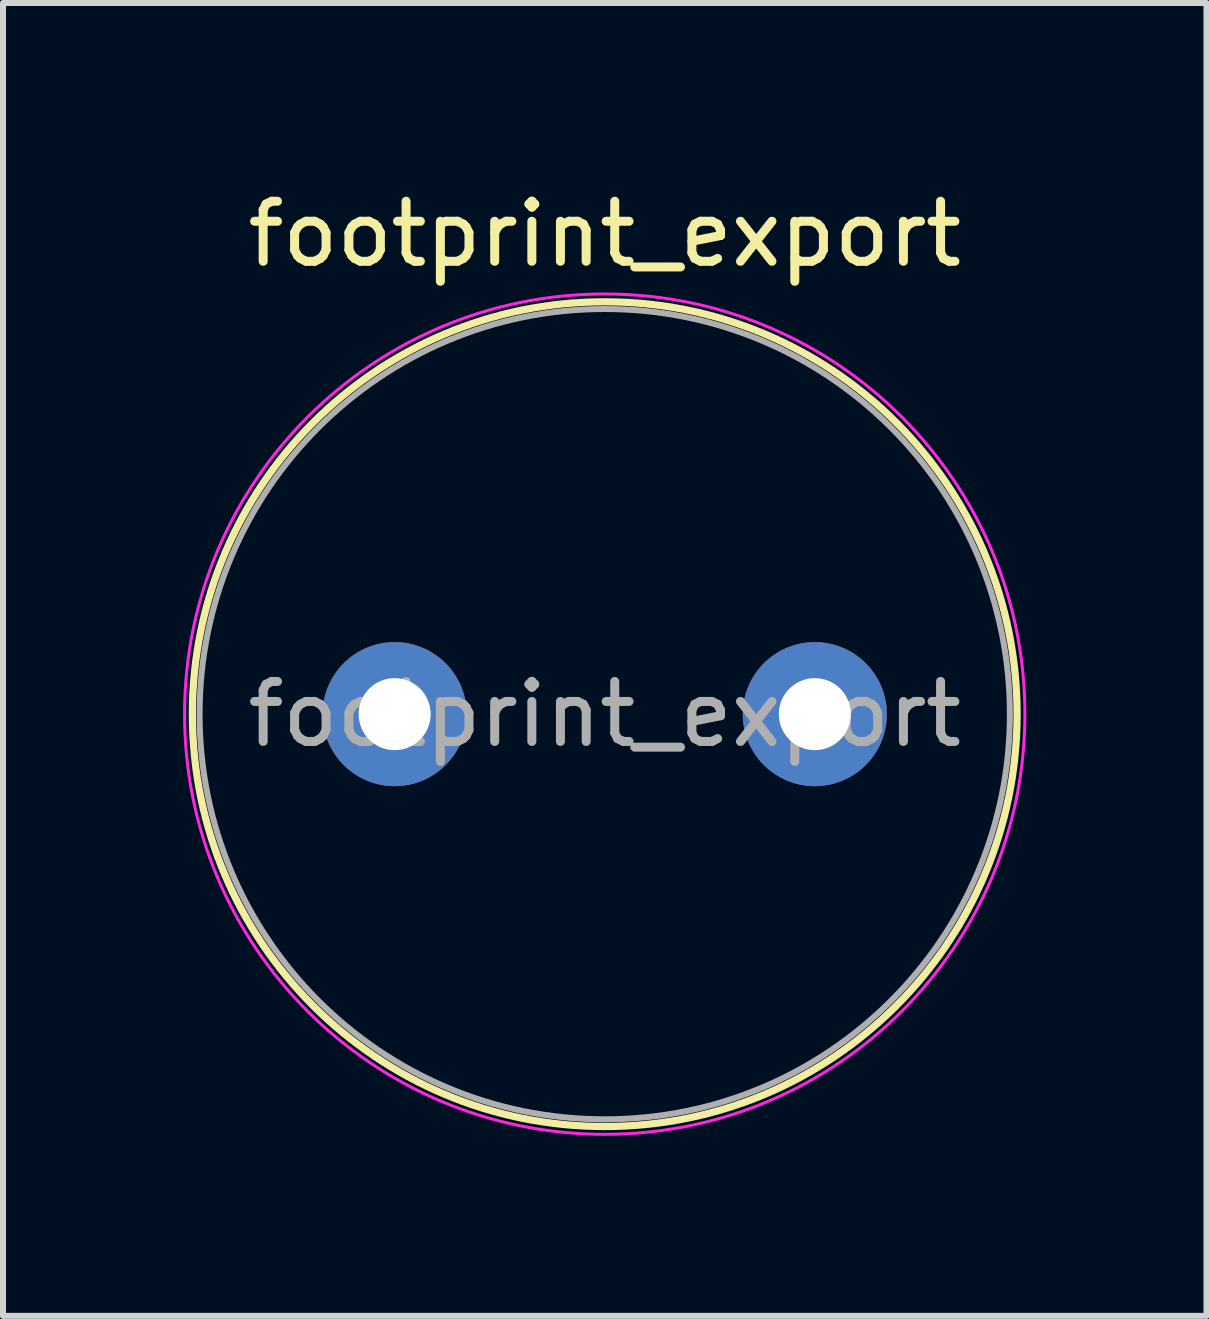
<source format=kicad_pcb>
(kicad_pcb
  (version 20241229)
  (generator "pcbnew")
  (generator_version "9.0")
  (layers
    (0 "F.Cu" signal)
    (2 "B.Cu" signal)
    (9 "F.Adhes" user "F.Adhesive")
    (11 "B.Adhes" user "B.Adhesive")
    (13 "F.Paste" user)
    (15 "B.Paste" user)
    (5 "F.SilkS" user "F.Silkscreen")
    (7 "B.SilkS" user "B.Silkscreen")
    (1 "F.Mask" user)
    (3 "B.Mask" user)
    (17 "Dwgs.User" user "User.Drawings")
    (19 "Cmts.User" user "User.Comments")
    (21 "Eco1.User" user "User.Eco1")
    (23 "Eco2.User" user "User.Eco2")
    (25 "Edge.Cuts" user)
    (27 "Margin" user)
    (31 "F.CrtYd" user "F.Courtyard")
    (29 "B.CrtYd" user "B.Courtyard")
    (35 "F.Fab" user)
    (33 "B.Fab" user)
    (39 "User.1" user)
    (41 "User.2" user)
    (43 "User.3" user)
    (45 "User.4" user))
  (footprint "footprint_export"
    (layer "F.Cu")
    (at 3.525 8.848)
    (property "Reference" "footprint_export" (at 3.5 -8 0) (layer "F.SilkS") (effects (font (size 1 1) (thickness 0.15))))
    (attr through_hole)
    (fp_circle (center 3.5 0) (end 10.37 0) (stroke (width 0.12) (type solid)) (fill no) (layer "F.SilkS"))
    (fp_circle (center 3.5 0) (end 10.5 0) (stroke (width 0.05) (type solid)) (fill no) (layer "F.CrtYd"))
    (fp_circle (center 3.5 0) (end 10.25 0) (stroke (width 0.1) (type solid)) (fill no) (layer "F.Fab"))
    (fp_text user "${REFERENCE}" (at 3.5 0 0) (layer "F.Fab") (effects (font (size 1 1) (thickness 0.15))))
    (pad "1" thru_hole circle (at 0 0) (size 2.4 2.4) (drill 1.2) (layers "*.Cu" "*.Mask"))
    (pad "2" thru_hole circle (at 7 0) (size 2.4 2.4) (drill 1.2) (layers "*.Cu" "*.Mask")))
  (gr_rect
    (start -3 -3)
    (end 17.05 18.873)
    (stroke (width 0.1) (type default))
    (fill no)
    (layer "Edge.Cuts")))
</source>
